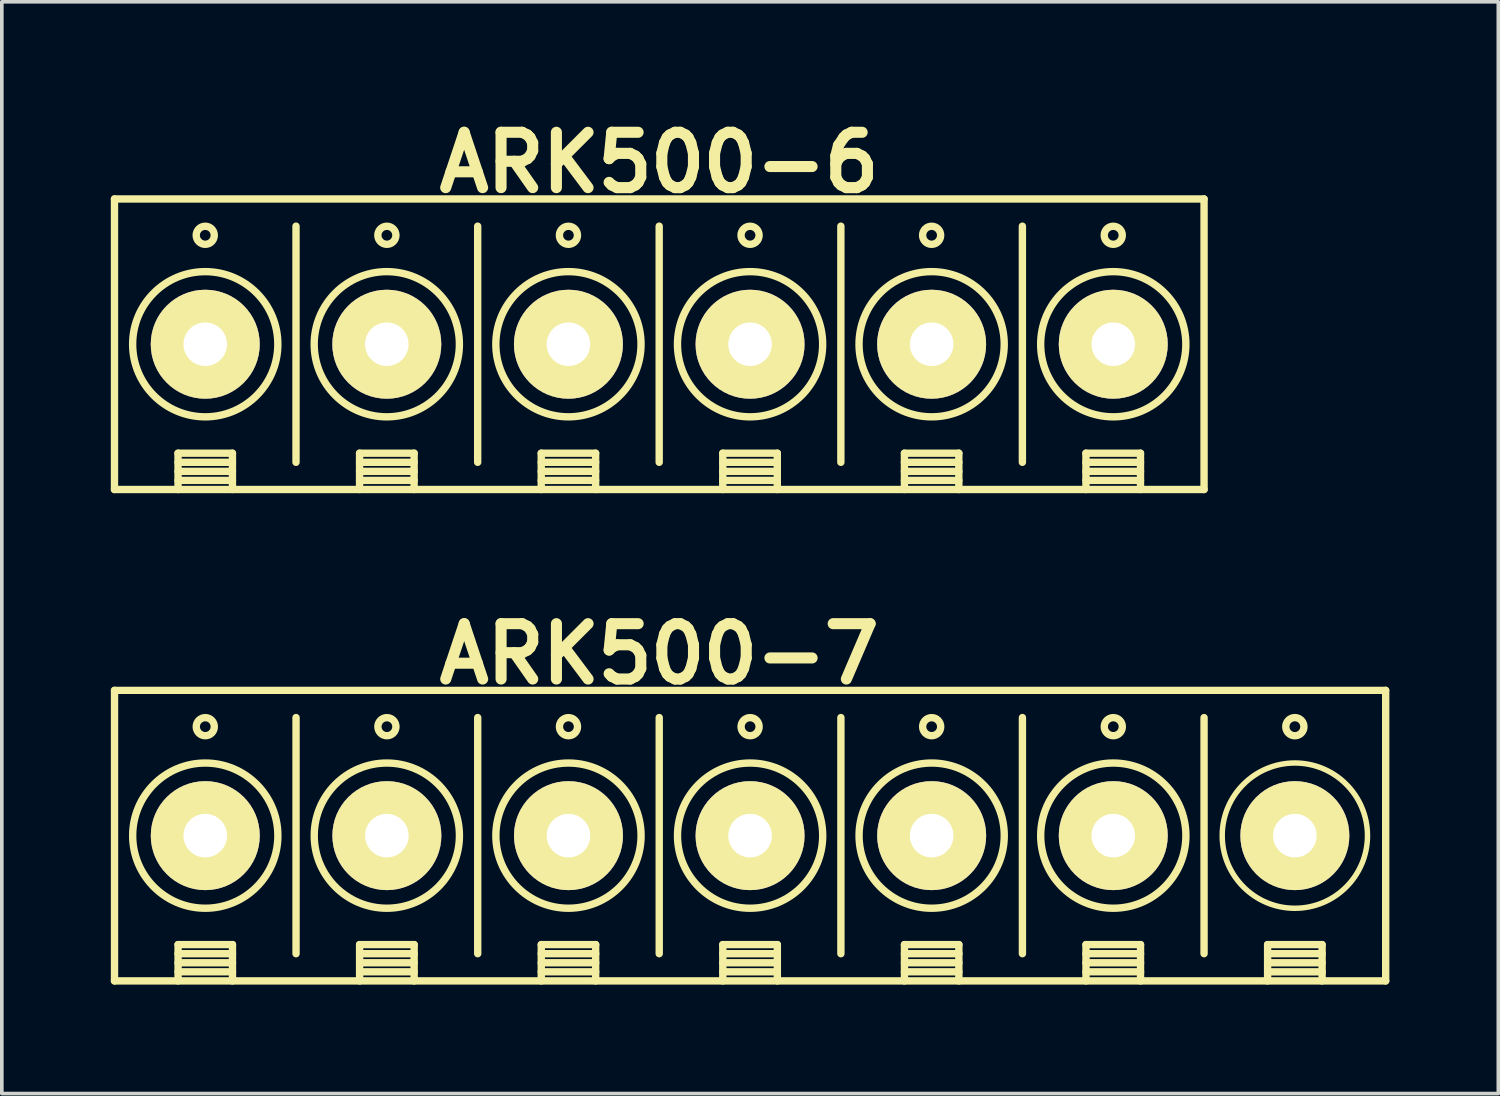
<source format=kicad_pcb>
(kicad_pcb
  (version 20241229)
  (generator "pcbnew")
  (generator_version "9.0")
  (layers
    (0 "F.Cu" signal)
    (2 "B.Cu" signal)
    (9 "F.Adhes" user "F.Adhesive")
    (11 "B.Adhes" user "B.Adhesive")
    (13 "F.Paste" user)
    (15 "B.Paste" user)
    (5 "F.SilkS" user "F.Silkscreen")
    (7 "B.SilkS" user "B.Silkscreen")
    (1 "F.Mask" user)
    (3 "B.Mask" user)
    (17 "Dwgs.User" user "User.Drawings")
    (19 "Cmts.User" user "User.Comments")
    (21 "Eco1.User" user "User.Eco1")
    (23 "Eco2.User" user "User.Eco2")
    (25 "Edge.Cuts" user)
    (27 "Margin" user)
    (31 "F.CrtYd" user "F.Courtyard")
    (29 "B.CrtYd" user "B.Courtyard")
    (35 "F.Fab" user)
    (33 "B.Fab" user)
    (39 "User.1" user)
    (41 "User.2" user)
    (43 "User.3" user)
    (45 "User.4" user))
  (footprint "ARK500-6"
    (layer "F.Cu")
    (at 2.601 6.428)
    (property "Reference" "ARK500-6" (at 12.499 -5.001 0) (layer "F.SilkS") (effects (font (size 1.524 1.524) (thickness 0.305))))
    (attr through_hole)
    (fp_line (start -2.499 -4) (end 27.501 -4) (stroke (width 0.203) (type solid)) (layer "F.SilkS"))
    (fp_line (start -2.499 4) (end -2.499 -4) (stroke (width 0.203) (type solid)) (layer "F.SilkS"))
    (fp_line (start -0.749 3) (end 0.749 3) (stroke (width 0.203) (type solid)) (layer "F.SilkS"))
    (fp_line (start -0.749 3.251) (end 0.749 3.251) (stroke (width 0.203) (type solid)) (layer "F.SilkS"))
    (fp_line (start -0.749 3.5) (end 0.749 3.5) (stroke (width 0.203) (type solid)) (layer "F.SilkS"))
    (fp_line (start -0.749 3.749) (end 0.749 3.749) (stroke (width 0.203) (type solid)) (layer "F.SilkS"))
    (fp_line (start -0.749 4) (end -0.749 3) (stroke (width 0.203) (type solid)) (layer "F.SilkS"))
    (fp_line (start 0.749 4) (end 0.749 3) (stroke (width 0.203) (type solid)) (layer "F.SilkS"))
    (fp_line (start 2.499 3.251) (end 2.499 -3.251) (stroke (width 0.203) (type solid)) (layer "F.SilkS"))
    (fp_line (start 4.249 3) (end 4.249 4) (stroke (width 0.203) (type solid)) (layer "F.SilkS"))
    (fp_line (start 4.249 3) (end 5.751 3) (stroke (width 0.203) (type solid)) (layer "F.SilkS"))
    (fp_line (start 4.249 3.251) (end 5.751 3.251) (stroke (width 0.203) (type solid)) (layer "F.SilkS"))
    (fp_line (start 4.249 3.5) (end 5.751 3.5) (stroke (width 0.203) (type solid)) (layer "F.SilkS"))
    (fp_line (start 4.249 3.749) (end 5.751 3.749) (stroke (width 0.203) (type solid)) (layer "F.SilkS"))
    (fp_line (start 5.751 3) (end 5.751 4) (stroke (width 0.203) (type solid)) (layer "F.SilkS"))
    (fp_line (start 7.501 -3.251) (end 7.501 3.251) (stroke (width 0.203) (type solid)) (layer "F.SilkS"))
    (fp_line (start 9.251 3) (end 10.749 3) (stroke (width 0.203) (type solid)) (layer "F.SilkS"))
    (fp_line (start 9.251 3.251) (end 10.749 3.251) (stroke (width 0.203) (type solid)) (layer "F.SilkS"))
    (fp_line (start 9.251 3.5) (end 10.749 3.5) (stroke (width 0.203) (type solid)) (layer "F.SilkS"))
    (fp_line (start 9.251 3.749) (end 10.749 3.749) (stroke (width 0.203) (type solid)) (layer "F.SilkS"))
    (fp_line (start 9.251 4) (end 9.251 3) (stroke (width 0.203) (type solid)) (layer "F.SilkS"))
    (fp_line (start 10.749 3) (end 10.749 4) (stroke (width 0.203) (type solid)) (layer "F.SilkS"))
    (fp_line (start 12.499 -3.251) (end 12.499 3.251) (stroke (width 0.203) (type solid)) (layer "F.SilkS"))
    (fp_line (start 14.249 3) (end 15.751 3) (stroke (width 0.203) (type solid)) (layer "F.SilkS"))
    (fp_line (start 14.249 3.251) (end 15.751 3.251) (stroke (width 0.203) (type solid)) (layer "F.SilkS"))
    (fp_line (start 14.249 3.5) (end 15.751 3.5) (stroke (width 0.203) (type solid)) (layer "F.SilkS"))
    (fp_line (start 14.249 3.749) (end 15.751 3.749) (stroke (width 0.203) (type solid)) (layer "F.SilkS"))
    (fp_line (start 14.249 4) (end 14.249 3) (stroke (width 0.203) (type solid)) (layer "F.SilkS"))
    (fp_line (start 15.751 3) (end 15.751 4) (stroke (width 0.203) (type solid)) (layer "F.SilkS"))
    (fp_line (start 17.501 -3.251) (end 17.501 3.251) (stroke (width 0.203) (type solid)) (layer "F.SilkS"))
    (fp_line (start 19.251 3) (end 20.749 3) (stroke (width 0.203) (type solid)) (layer "F.SilkS"))
    (fp_line (start 19.251 3.251) (end 20.749 3.251) (stroke (width 0.203) (type solid)) (layer "F.SilkS"))
    (fp_line (start 19.251 3.5) (end 20.749 3.5) (stroke (width 0.203) (type solid)) (layer "F.SilkS"))
    (fp_line (start 19.251 3.749) (end 20.749 3.749) (stroke (width 0.203) (type solid)) (layer "F.SilkS"))
    (fp_line (start 19.251 4) (end 19.251 3) (stroke (width 0.203) (type solid)) (layer "F.SilkS"))
    (fp_line (start 20.749 3) (end 20.749 4) (stroke (width 0.203) (type solid)) (layer "F.SilkS"))
    (fp_line (start 22.499 -3.251) (end 22.499 3.251) (stroke (width 0.203) (type solid)) (layer "F.SilkS"))
    (fp_line (start 24.249 3) (end 25.751 3) (stroke (width 0.203) (type solid)) (layer "F.SilkS"))
    (fp_line (start 24.249 3.5) (end 25.751 3.5) (stroke (width 0.203) (type solid)) (layer "F.SilkS"))
    (fp_line (start 24.249 4) (end 24.249 3) (stroke (width 0.203) (type solid)) (layer "F.SilkS"))
    (fp_line (start 25.751 3) (end 25.751 4) (stroke (width 0.203) (type solid)) (layer "F.SilkS"))
    (fp_line (start 25.751 3.251) (end 24.249 3.251) (stroke (width 0.203) (type solid)) (layer "F.SilkS"))
    (fp_line (start 25.751 3.749) (end 24.249 3.749) (stroke (width 0.203) (type solid)) (layer "F.SilkS"))
    (fp_line (start 27.501 -4) (end 27.501 4) (stroke (width 0.203) (type solid)) (layer "F.SilkS"))
    (fp_line (start 27.501 4) (end -2.499 4) (stroke (width 0.203) (type solid)) (layer "F.SilkS"))
    (fp_circle (center 0 -3) (end 0.249 -3) (stroke (width 0.203) (type solid)) (fill no) (layer "F.SilkS"))
    (fp_circle (center 0 0) (end 1.999 0) (stroke (width 0.203) (type solid)) (fill no) (layer "F.SilkS"))
    (fp_circle (center 4.999 0) (end 3 0) (stroke (width 0.203) (type solid)) (fill no) (layer "F.SilkS"))
    (fp_circle (center 5.001 -3) (end 5.25 -3) (stroke (width 0.203) (type solid)) (fill no) (layer "F.SilkS"))
    (fp_circle (center 10 -3) (end 10.249 -3) (stroke (width 0.203) (type solid)) (fill no) (layer "F.SilkS"))
    (fp_circle (center 10 0) (end 11.999 0) (stroke (width 0.203) (type solid)) (fill no) (layer "F.SilkS"))
    (fp_circle (center 15.001 -3) (end 15.25 -3) (stroke (width 0.203) (type solid)) (fill no) (layer "F.SilkS"))
    (fp_circle (center 15.001 0) (end 17 0) (stroke (width 0.203) (type solid)) (fill no) (layer "F.SilkS"))
    (fp_circle (center 20 -3) (end 20.249 -3) (stroke (width 0.203) (type solid)) (fill no) (layer "F.SilkS"))
    (fp_circle (center 20 0) (end 21.999 0) (stroke (width 0.203) (type solid)) (fill no) (layer "F.SilkS"))
    (fp_circle (center 25.001 -3) (end 25.25 -3) (stroke (width 0.203) (type solid)) (fill no) (layer "F.SilkS"))
    (fp_circle (center 25.001 0) (end 27 0) (stroke (width 0.203) (type solid)) (fill no) (layer "F.SilkS"))
    (pad "1" thru_hole circle (at 0 0) (size 3 3) (drill 1.199) (layers "*.Cu" "*.Mask" "F.SilkS"))
    (pad "2" thru_hole circle (at 4.999 0) (size 3 3) (drill 1.199) (layers "*.Cu" "*.Mask" "F.SilkS"))
    (pad "3" thru_hole circle (at 10 0) (size 3 3) (drill 1.199) (layers "*.Cu" "*.Mask" "F.SilkS"))
    (pad "4" thru_hole circle (at 15.001 0) (size 3 3) (drill 1.199) (layers "*.Cu" "*.Mask" "F.SilkS"))
    (pad "5" thru_hole circle (at 20 0) (size 3 3) (drill 1.199) (layers "*.Cu" "*.Mask" "F.SilkS"))
    (pad "6" thru_hole circle (at 25.001 0) (size 3 3) (drill 1.199) (layers "*.Cu" "*.Mask" "F.SilkS")))
  (footprint "ARK500-7"
    (layer "F.Cu")
    (at 2.602 19.958)
    (property "Reference" "ARK500-7" (at 12.499 -5.001 0) (layer "F.SilkS") (effects (font (size 1.524 1.524) (thickness 0.305))))
    (attr through_hole)
    (fp_line (start -2.499 4) (end -2.499 -4) (stroke (width 0.203) (type solid)) (layer "F.SilkS"))
    (fp_line (start -0.749 3) (end 0.749 3) (stroke (width 0.203) (type solid)) (layer "F.SilkS"))
    (fp_line (start -0.749 3.251) (end 0.749 3.251) (stroke (width 0.203) (type solid)) (layer "F.SilkS"))
    (fp_line (start -0.749 3.5) (end 0.749 3.5) (stroke (width 0.203) (type solid)) (layer "F.SilkS"))
    (fp_line (start -0.749 3.749) (end 0.749 3.749) (stroke (width 0.203) (type solid)) (layer "F.SilkS"))
    (fp_line (start -0.749 4) (end -0.749 3) (stroke (width 0.203) (type solid)) (layer "F.SilkS"))
    (fp_line (start 0.749 4) (end 0.749 3) (stroke (width 0.203) (type solid)) (layer "F.SilkS"))
    (fp_line (start 2.499 3.251) (end 2.499 -3.251) (stroke (width 0.203) (type solid)) (layer "F.SilkS"))
    (fp_line (start 4.249 3) (end 4.249 4) (stroke (width 0.203) (type solid)) (layer "F.SilkS"))
    (fp_line (start 4.249 3) (end 5.751 3) (stroke (width 0.203) (type solid)) (layer "F.SilkS"))
    (fp_line (start 4.249 3.251) (end 5.751 3.251) (stroke (width 0.203) (type solid)) (layer "F.SilkS"))
    (fp_line (start 4.249 3.5) (end 5.751 3.5) (stroke (width 0.203) (type solid)) (layer "F.SilkS"))
    (fp_line (start 4.249 3.749) (end 5.751 3.749) (stroke (width 0.203) (type solid)) (layer "F.SilkS"))
    (fp_line (start 5.751 3) (end 5.751 4) (stroke (width 0.203) (type solid)) (layer "F.SilkS"))
    (fp_line (start 7.501 -3.251) (end 7.501 3.251) (stroke (width 0.203) (type solid)) (layer "F.SilkS"))
    (fp_line (start 9.251 3) (end 10.749 3) (stroke (width 0.203) (type solid)) (layer "F.SilkS"))
    (fp_line (start 9.251 3.251) (end 10.749 3.251) (stroke (width 0.203) (type solid)) (layer "F.SilkS"))
    (fp_line (start 9.251 3.5) (end 10.749 3.5) (stroke (width 0.203) (type solid)) (layer "F.SilkS"))
    (fp_line (start 9.251 3.749) (end 10.749 3.749) (stroke (width 0.203) (type solid)) (layer "F.SilkS"))
    (fp_line (start 9.251 4) (end 9.251 3) (stroke (width 0.203) (type solid)) (layer "F.SilkS"))
    (fp_line (start 10.749 3) (end 10.749 4) (stroke (width 0.203) (type solid)) (layer "F.SilkS"))
    (fp_line (start 12.499 -3.251) (end 12.499 3.251) (stroke (width 0.203) (type solid)) (layer "F.SilkS"))
    (fp_line (start 14.249 3) (end 15.751 3) (stroke (width 0.203) (type solid)) (layer "F.SilkS"))
    (fp_line (start 14.249 3.251) (end 15.751 3.251) (stroke (width 0.203) (type solid)) (layer "F.SilkS"))
    (fp_line (start 14.249 3.5) (end 15.751 3.5) (stroke (width 0.203) (type solid)) (layer "F.SilkS"))
    (fp_line (start 14.249 3.749) (end 15.751 3.749) (stroke (width 0.203) (type solid)) (layer "F.SilkS"))
    (fp_line (start 14.249 4) (end 14.249 3) (stroke (width 0.203) (type solid)) (layer "F.SilkS"))
    (fp_line (start 15.751 3) (end 15.751 4) (stroke (width 0.203) (type solid)) (layer "F.SilkS"))
    (fp_line (start 17.501 -3.251) (end 17.501 3.251) (stroke (width 0.203) (type solid)) (layer "F.SilkS"))
    (fp_line (start 19.251 3) (end 20.749 3) (stroke (width 0.203) (type solid)) (layer "F.SilkS"))
    (fp_line (start 19.251 3.251) (end 20.749 3.251) (stroke (width 0.203) (type solid)) (layer "F.SilkS"))
    (fp_line (start 19.251 3.5) (end 20.749 3.5) (stroke (width 0.203) (type solid)) (layer "F.SilkS"))
    (fp_line (start 19.251 3.749) (end 20.749 3.749) (stroke (width 0.203) (type solid)) (layer "F.SilkS"))
    (fp_line (start 19.251 4) (end 19.251 3) (stroke (width 0.203) (type solid)) (layer "F.SilkS"))
    (fp_line (start 20.749 3) (end 20.749 4) (stroke (width 0.203) (type solid)) (layer "F.SilkS"))
    (fp_line (start 22.499 -3.251) (end 22.499 3.251) (stroke (width 0.203) (type solid)) (layer "F.SilkS"))
    (fp_line (start 24.249 3) (end 25.751 3) (stroke (width 0.203) (type solid)) (layer "F.SilkS"))
    (fp_line (start 24.249 3.5) (end 25.751 3.5) (stroke (width 0.203) (type solid)) (layer "F.SilkS"))
    (fp_line (start 24.249 4) (end 24.249 3) (stroke (width 0.203) (type solid)) (layer "F.SilkS"))
    (fp_line (start 25.751 3) (end 25.751 4) (stroke (width 0.203) (type solid)) (layer "F.SilkS"))
    (fp_line (start 25.751 3.251) (end 24.249 3.251) (stroke (width 0.203) (type solid)) (layer "F.SilkS"))
    (fp_line (start 25.751 3.749) (end 24.249 3.749) (stroke (width 0.203) (type solid)) (layer "F.SilkS"))
    (fp_line (start 27.5 -3.25) (end 27.5 3.25) (stroke (width 0.203) (type solid)) (layer "F.SilkS"))
    (fp_line (start 29.25 3) (end 30.75 3) (stroke (width 0.203) (type solid)) (layer "F.SilkS"))
    (fp_line (start 29.25 3.25) (end 30.75 3.25) (stroke (width 0.203) (type solid)) (layer "F.SilkS"))
    (fp_line (start 29.25 3.5) (end 30.75 3.5) (stroke (width 0.203) (type solid)) (layer "F.SilkS"))
    (fp_line (start 29.25 3.75) (end 30.75 3.75) (stroke (width 0.203) (type solid)) (layer "F.SilkS"))
    (fp_line (start 29.25 4) (end 29.25 3) (stroke (width 0.203) (type solid)) (layer "F.SilkS"))
    (fp_line (start 30.75 3) (end 30.75 4) (stroke (width 0.203) (type solid)) (layer "F.SilkS"))
    (fp_line (start 32.5 -4) (end -2.5 -4) (stroke (width 0.2) (type solid)) (layer "F.SilkS"))
    (fp_line (start 32.5 4) (end -2.5 4) (stroke (width 0.203) (type solid)) (layer "F.SilkS"))
    (fp_line (start 32.501 -4) (end 32.501 4) (stroke (width 0.203) (type solid)) (layer "F.SilkS"))
    (fp_circle (center 0 -3) (end 0.249 -3) (stroke (width 0.203) (type solid)) (fill no) (layer "F.SilkS"))
    (fp_circle (center 0 0) (end 1.999 0) (stroke (width 0.203) (type solid)) (fill no) (layer "F.SilkS"))
    (fp_circle (center 4.999 0) (end 3 0) (stroke (width 0.203) (type solid)) (fill no) (layer "F.SilkS"))
    (fp_circle (center 5.001 -3) (end 5.25 -3) (stroke (width 0.203) (type solid)) (fill no) (layer "F.SilkS"))
    (fp_circle (center 10 -3) (end 10.249 -3) (stroke (width 0.203) (type solid)) (fill no) (layer "F.SilkS"))
    (fp_circle (center 10 0) (end 11.999 0) (stroke (width 0.203) (type solid)) (fill no) (layer "F.SilkS"))
    (fp_circle (center 15.001 -3) (end 15.25 -3) (stroke (width 0.203) (type solid)) (fill no) (layer "F.SilkS"))
    (fp_circle (center 15.001 0) (end 17 0) (stroke (width 0.203) (type solid)) (fill no) (layer "F.SilkS"))
    (fp_circle (center 20 -3) (end 20.249 -3) (stroke (width 0.203) (type solid)) (fill no) (layer "F.SilkS"))
    (fp_circle (center 20 0) (end 21.999 0) (stroke (width 0.203) (type solid)) (fill no) (layer "F.SilkS"))
    (fp_circle (center 25.001 -3) (end 25.25 -3) (stroke (width 0.203) (type solid)) (fill no) (layer "F.SilkS"))
    (fp_circle (center 25.001 0) (end 27 0) (stroke (width 0.203) (type solid)) (fill no) (layer "F.SilkS"))
    (fp_circle (center 30 -3) (end 30.25 -3) (stroke (width 0.203) (type solid)) (fill no) (layer "F.SilkS"))
    (fp_circle (center 30 0) (end 32 0) (stroke (width 0.15) (type solid)) (fill no) (layer "F.SilkS"))
    (pad "1" thru_hole circle (at 0 0) (size 3 3) (drill 1.2) (layers "*.Cu" "*.Mask" "F.SilkS"))
    (pad "2" thru_hole circle (at 5 0) (size 3 3) (drill 1.2) (layers "*.Cu" "*.Mask" "F.SilkS"))
    (pad "3" thru_hole circle (at 10 0) (size 3 3) (drill 1.2) (layers "*.Cu" "*.Mask" "F.SilkS"))
    (pad "4" thru_hole circle (at 15 0) (size 3 3) (drill 1.2) (layers "*.Cu" "*.Mask" "F.SilkS"))
    (pad "5" thru_hole circle (at 20 0) (size 3 3) (drill 1.2) (layers "*.Cu" "*.Mask" "F.SilkS"))
    (pad "6" thru_hole circle (at 25 0) (size 3 3) (drill 1.2) (layers "*.Cu" "*.Mask" "F.SilkS"))
    (pad "7" thru_hole circle (at 30 0) (size 3 3) (drill 1.2) (layers "*.Cu" "*.Mask" "F.SilkS")))
  (gr_rect
    (start -3 -3)
    (end 38.204 27.06)
    (stroke (width 0.1) (type default))
    (fill no)
    (layer "Edge.Cuts")))
</source>
